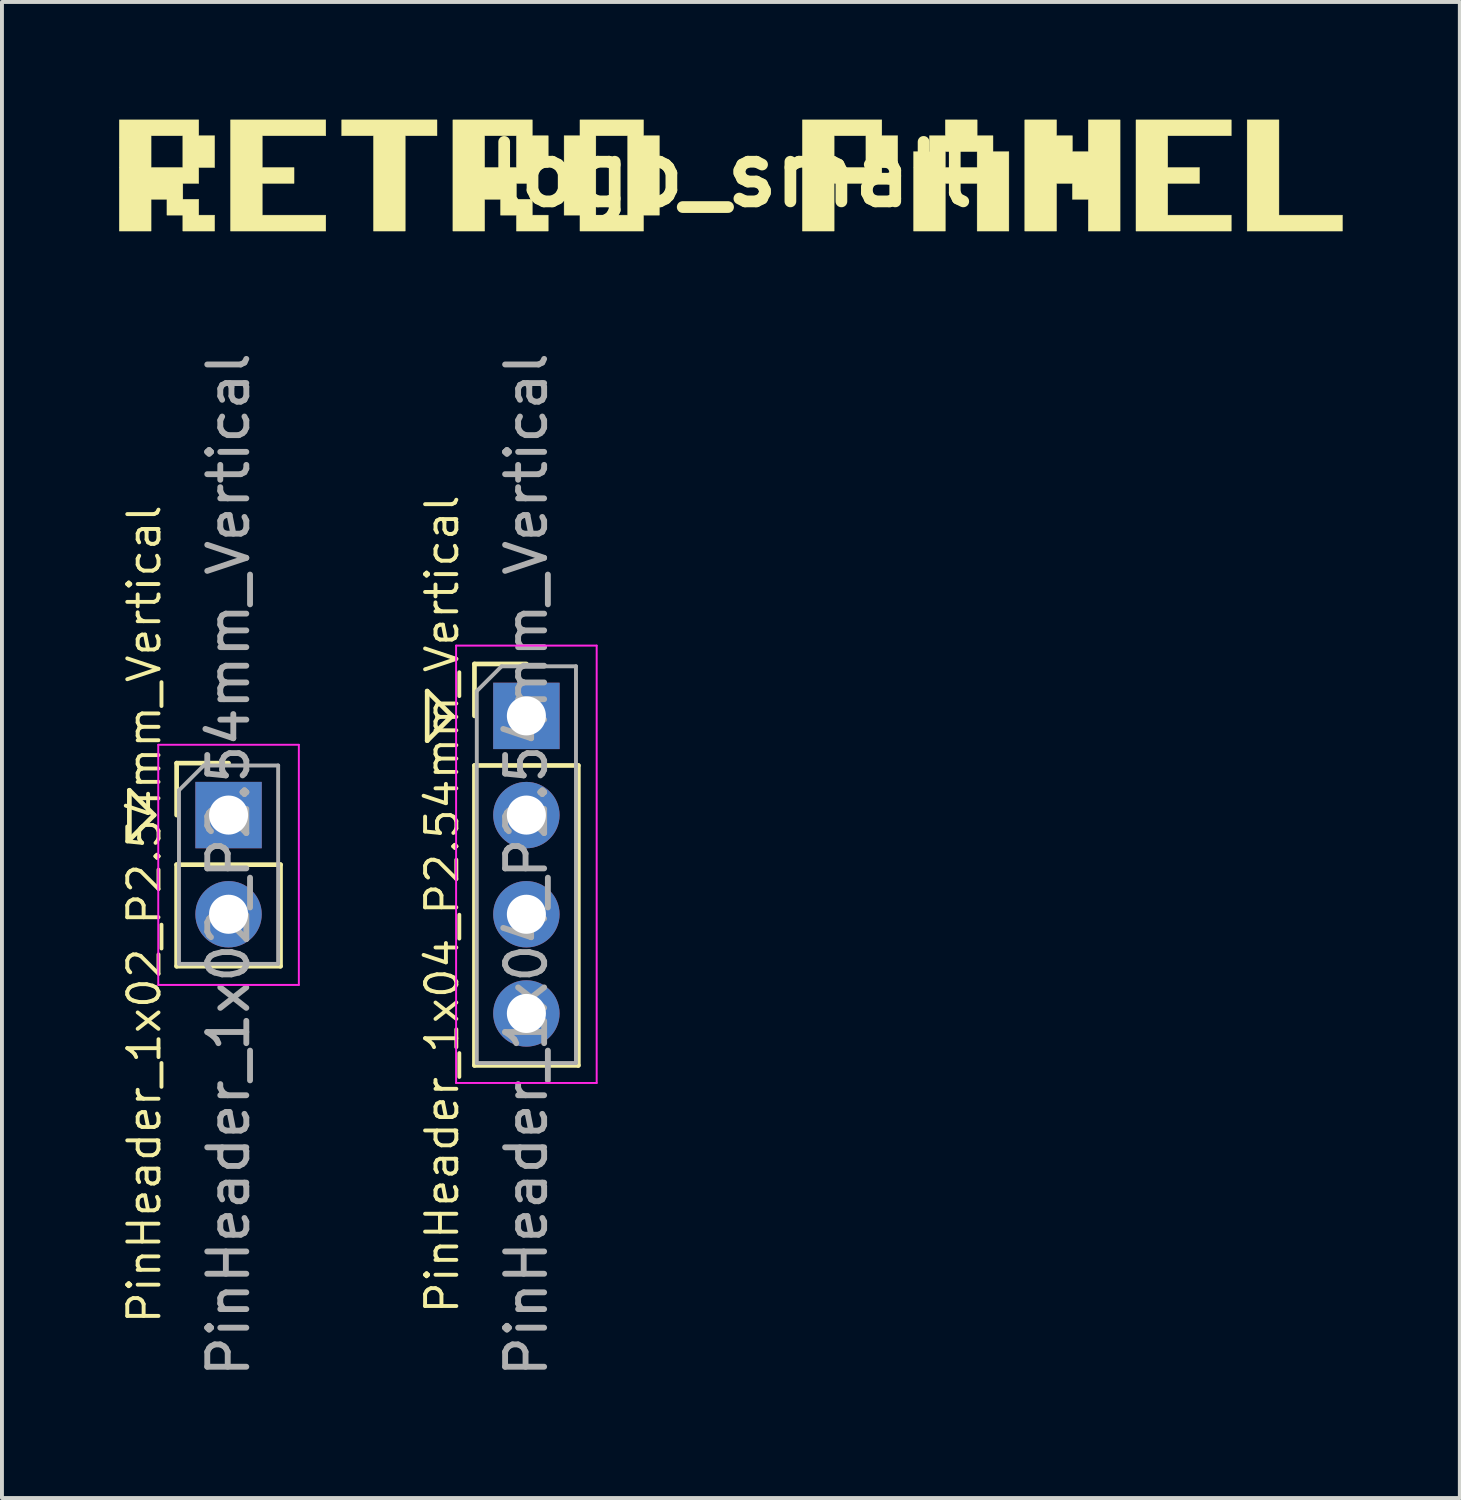
<source format=kicad_pcb>
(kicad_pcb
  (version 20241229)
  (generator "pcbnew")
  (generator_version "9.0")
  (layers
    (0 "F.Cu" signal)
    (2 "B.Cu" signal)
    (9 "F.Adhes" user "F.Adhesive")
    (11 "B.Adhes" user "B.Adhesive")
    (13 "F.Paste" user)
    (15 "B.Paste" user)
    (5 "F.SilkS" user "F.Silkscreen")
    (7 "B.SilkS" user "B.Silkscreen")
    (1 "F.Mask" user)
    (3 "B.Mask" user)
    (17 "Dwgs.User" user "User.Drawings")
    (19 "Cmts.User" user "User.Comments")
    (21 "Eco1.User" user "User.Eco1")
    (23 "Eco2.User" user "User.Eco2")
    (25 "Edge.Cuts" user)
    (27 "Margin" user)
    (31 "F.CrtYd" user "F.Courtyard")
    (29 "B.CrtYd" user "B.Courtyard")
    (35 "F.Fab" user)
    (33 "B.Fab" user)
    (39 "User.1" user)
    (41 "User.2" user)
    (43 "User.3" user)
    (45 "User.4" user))
  (footprint "PinHeader_1x04_P2.54mm_Vertical"
    (layer "F.Cu")
    (at 10.43 15.283)
    (property "Reference" "PinHeader_1x04_P2.54mm_Vertical" (at -2.159 4.826 90) (layer "F.SilkS") (effects (font (size 0.8 0.8) (thickness 0.1))))
    (attr through_hole)
    (fp_line (start -2.54 -0.635) (end -2.54 0.635) (stroke (width 0.12) (type solid)) (layer "F.SilkS"))
    (fp_line (start -2.54 0.635) (end -1.905 0) (stroke (width 0.12) (type solid)) (layer "F.SilkS"))
    (fp_line (start -1.905 0) (end -2.54 -0.635) (stroke (width 0.12) (type solid)) (layer "F.SilkS"))
    (fp_line (start -1.33 -1.33) (end 0 -1.33) (stroke (width 0.12) (type solid)) (layer "F.SilkS"))
    (fp_line (start -1.33 0) (end -1.33 -1.33) (stroke (width 0.12) (type solid)) (layer "F.SilkS"))
    (fp_line (start -1.33 1.27) (end -1.33 8.95) (stroke (width 0.12) (type solid)) (layer "F.SilkS"))
    (fp_line (start -1.33 1.27) (end 1.33 1.27) (stroke (width 0.12) (type solid)) (layer "F.SilkS"))
    (fp_line (start -1.33 8.95) (end 1.33 8.95) (stroke (width 0.12) (type solid)) (layer "F.SilkS"))
    (fp_line (start 1.33 1.27) (end 1.33 8.95) (stroke (width 0.12) (type solid)) (layer "F.SilkS"))
    (fp_line (start -1.8 -1.8) (end -1.8 9.4) (stroke (width 0.05) (type solid)) (layer "F.CrtYd"))
    (fp_line (start -1.8 9.4) (end 1.8 9.4) (stroke (width 0.05) (type solid)) (layer "F.CrtYd"))
    (fp_line (start 1.8 -1.8) (end -1.8 -1.8) (stroke (width 0.05) (type solid)) (layer "F.CrtYd"))
    (fp_line (start 1.8 9.4) (end 1.8 -1.8) (stroke (width 0.05) (type solid)) (layer "F.CrtYd"))
    (fp_line (start -1.27 -0.635) (end -0.635 -1.27) (stroke (width 0.1) (type solid)) (layer "F.Fab"))
    (fp_line (start -1.27 8.89) (end -1.27 -0.635) (stroke (width 0.1) (type solid)) (layer "F.Fab"))
    (fp_line (start -0.635 -1.27) (end 1.27 -1.27) (stroke (width 0.1) (type solid)) (layer "F.Fab"))
    (fp_line (start 1.27 -1.27) (end 1.27 8.89) (stroke (width 0.1) (type solid)) (layer "F.Fab"))
    (fp_line (start 1.27 8.89) (end -1.27 8.89) (stroke (width 0.1) (type solid)) (layer "F.Fab"))
    (fp_text user "${REFERENCE}" (at 0 3.81 90) (layer "F.Fab") (effects (font (size 1 1) (thickness 0.15))))
    (pad "1" thru_hole rect (at 0 0) (size 1.7 1.7) (drill 1) (layers "*.Cu" "*.Mask"))
    (pad "2" thru_hole oval (at 0 2.54) (size 1.7 1.7) (drill 1) (layers "*.Cu" "*.Mask"))
    (pad "3" thru_hole oval (at 0 5.08) (size 1.7 1.7) (drill 1) (layers "*.Cu" "*.Mask"))
    (pad "4" thru_hole oval (at 0 7.62) (size 1.7 1.7) (drill 1) (layers "*.Cu" "*.Mask")))
  (footprint "PinHeader_1x02_P2.54mm_Vertical"
    (layer "F.Cu")
    (at 2.803 17.823)
    (property "Reference" "PinHeader_1x02_P2.54mm_Vertical" (at -2.159 2.54 90) (layer "F.SilkS") (effects (font (size 0.8 0.8) (thickness 0.1))))
    (attr through_hole)
    (fp_line (start -2.54 -0.635) (end -2.54 0.635) (stroke (width 0.12) (type solid)) (layer "F.SilkS"))
    (fp_line (start -2.54 0.635) (end -1.905 0) (stroke (width 0.12) (type solid)) (layer "F.SilkS"))
    (fp_line (start -1.905 0) (end -2.54 -0.635) (stroke (width 0.12) (type solid)) (layer "F.SilkS"))
    (fp_line (start -1.33 -1.33) (end 0 -1.33) (stroke (width 0.12) (type solid)) (layer "F.SilkS"))
    (fp_line (start -1.33 0) (end -1.33 -1.33) (stroke (width 0.12) (type solid)) (layer "F.SilkS"))
    (fp_line (start -1.33 1.27) (end -1.33 3.87) (stroke (width 0.12) (type solid)) (layer "F.SilkS"))
    (fp_line (start -1.33 1.27) (end 1.33 1.27) (stroke (width 0.12) (type solid)) (layer "F.SilkS"))
    (fp_line (start -1.33 3.87) (end 1.33 3.87) (stroke (width 0.12) (type solid)) (layer "F.SilkS"))
    (fp_line (start 1.33 1.27) (end 1.33 3.87) (stroke (width 0.12) (type solid)) (layer "F.SilkS"))
    (fp_line (start -1.8 -1.8) (end -1.8 4.35) (stroke (width 0.05) (type solid)) (layer "F.CrtYd"))
    (fp_line (start -1.8 4.35) (end 1.8 4.35) (stroke (width 0.05) (type solid)) (layer "F.CrtYd"))
    (fp_line (start 1.8 -1.8) (end -1.8 -1.8) (stroke (width 0.05) (type solid)) (layer "F.CrtYd"))
    (fp_line (start 1.8 4.35) (end 1.8 -1.8) (stroke (width 0.05) (type solid)) (layer "F.CrtYd"))
    (fp_line (start -1.27 -0.635) (end -0.635 -1.27) (stroke (width 0.1) (type solid)) (layer "F.Fab"))
    (fp_line (start -1.27 3.81) (end -1.27 -0.635) (stroke (width 0.1) (type solid)) (layer "F.Fab"))
    (fp_line (start -0.635 -1.27) (end 1.27 -1.27) (stroke (width 0.1) (type solid)) (layer "F.Fab"))
    (fp_line (start 1.27 -1.27) (end 1.27 3.81) (stroke (width 0.1) (type solid)) (layer "F.Fab"))
    (fp_line (start 1.27 3.81) (end -1.27 3.81) (stroke (width 0.1) (type solid)) (layer "F.Fab"))
    (fp_text user "${REFERENCE}" (at 0 1.27 90) (layer "F.Fab") (effects (font (size 1 1) (thickness 0.15))))
    (pad "1" thru_hole rect (at 0 0) (size 1.7 1.7) (drill 1) (layers "*.Cu" "*.Mask"))
    (pad "2" thru_hole oval (at 0 2.54) (size 1.7 1.7) (drill 1) (layers "*.Cu" "*.Mask")))
  (footprint "logo_small"
    (layer "F.Cu")
    (at 15.667 1.418)
    (property "Reference" "logo_small" (at 0 0 0) (layer "F.SilkS") (effects (font (size 1.524 1.524) (thickness 0.3))))
    (attr through_hole)
    (fp_poly (pts (xy 14.035 1.042) (xy 15.662 1.042) (xy 15.662 1.449) (xy 13.221 1.449) (xy 13.221 -1.398) (xy 14.035 -1.398) (xy 14.035 1.042)) (stroke (width 0.01) (type solid)) (fill yes) (layer "F.SilkS"))
    (fp_poly (pts (xy -7.526 -0.992) (xy -8.34 -0.992) (xy -8.34 1.449) (xy -9.153 1.449) (xy -9.153 -0.992) (xy -9.967 -0.992) (xy -9.967 -1.398) (xy -7.526 -1.398) (xy -7.526 -0.992)) (stroke (width 0.01) (type solid)) (fill yes) (layer "F.SilkS"))
    (fp_poly (pts (xy -10.374 -0.992) (xy -12.001 -0.992) (xy -12.001 -0.178) (xy -11.187 -0.178) (xy -11.187 0.229) (xy -12.001 0.229) (xy -12.001 1.042) (xy -10.374 1.042) (xy -10.374 1.449) (xy -12.814 1.449) (xy -12.814 -1.398) (xy -10.374 -1.398) (xy -10.374 -0.992)) (stroke (width 0.01) (type solid)) (fill yes) (layer "F.SilkS"))
    (fp_poly (pts (xy 12.814 -0.992) (xy 11.187 -0.992) (xy 11.187 -0.178) (xy 12.001 -0.178) (xy 12.001 0.229) (xy 11.187 0.229) (xy 11.187 1.042) (xy 12.814 1.042) (xy 12.814 1.449) (xy 10.374 1.449) (xy 10.374 -1.398) (xy 12.814 -1.398) (xy 12.814 -0.992)) (stroke (width 0.01) (type solid)) (fill yes) (layer "F.SilkS"))
    (fp_poly (pts (xy 8.34 -0.992) (xy 8.746 -0.992) (xy 8.746 -0.585) (xy 9.153 -0.585) (xy 9.153 -1.398) (xy 9.967 -1.398) (xy 9.967 1.449) (xy 9.153 1.449) (xy 9.153 0.636) (xy 8.746 0.636) (xy 8.746 0.229) (xy 8.34 0.229) (xy 8.34 1.449) (xy 7.526 1.449) (xy 7.526 -1.398) (xy 8.34 -1.398) (xy 8.34 -0.992)) (stroke (width 0.01) (type solid)) (fill yes) (layer "F.SilkS"))
    (fp_poly (pts (xy 3.865 -0.992) (xy 4.271 -0.992) (xy 4.271 -0.178) (xy 3.865 -0.178) (xy 3.865 0.229) (xy 2.644 0.229) (xy 2.644 1.449) (xy 1.831 1.449) (xy 1.831 -0.992) (xy 2.644 -0.992) (xy 2.644 -0.178) (xy 3.458 -0.178) (xy 3.458 -0.992) (xy 2.644 -0.992) (xy 1.831 -0.992) (xy 1.831 -1.398) (xy 3.865 -1.398) (xy 3.865 -0.992)) (stroke (width 0.01) (type solid)) (fill yes) (layer "F.SilkS"))
    (fp_poly (pts (xy -2.237 -0.992) (xy -1.831 -0.992) (xy -1.831 1.042) (xy -2.237 1.042) (xy -2.237 1.449) (xy -3.865 1.449) (xy -3.865 1.042) (xy -4.271 1.042) (xy -4.271 -0.992) (xy -3.865 -0.992) (xy -3.458 -0.992) (xy -3.458 1.042) (xy -2.644 1.042) (xy -2.644 -0.992) (xy -3.458 -0.992) (xy -3.865 -0.992) (xy -3.865 -1.398) (xy -2.237 -1.398) (xy -2.237 -0.992)) (stroke (width 0.01) (type solid)) (fill yes) (layer "F.SilkS"))
    (fp_poly (pts (xy 6.306 -0.992) (xy 6.712 -0.992) (xy 6.712 -0.585) (xy 7.119 -0.585) (xy 7.119 1.449) (xy 6.306 1.449) (xy 6.306 0.229) (xy 5.492 0.229) (xy 5.492 1.449) (xy 4.678 1.449) (xy 4.678 -0.585) (xy 5.085 -0.585) (xy 5.492 -0.585) (xy 5.492 -0.178) (xy 6.306 -0.178) (xy 6.306 -0.585) (xy 5.492 -0.585) (xy 5.085 -0.585) (xy 5.085 -0.992) (xy 5.492 -0.992) (xy 5.492 -1.398) (xy 6.306 -1.398) (xy 6.306 -0.992)) (stroke (width 0.01) (type solid)) (fill yes) (layer "F.SilkS"))
    (fp_poly (pts (xy -13.628 -0.992) (xy -13.221 -0.992) (xy -13.221 -0.178) (xy -13.628 -0.178) (xy -13.628 0.229) (xy -14.035 0.229) (xy -14.035 0.636) (xy -13.628 0.636) (xy -13.628 1.042) (xy -13.221 1.042) (xy -13.221 1.449) (xy -14.035 1.449) (xy -14.035 1.042) (xy -14.442 1.042) (xy -14.442 0.636) (xy -14.848 0.636) (xy -14.848 1.449) (xy -15.662 1.449) (xy -15.662 -0.992) (xy -14.848 -0.992) (xy -14.848 -0.178) (xy -14.035 -0.178) (xy -14.035 -0.992) (xy -14.848 -0.992) (xy -15.662 -0.992) (xy -15.662 -1.398) (xy -13.628 -1.398) (xy -13.628 -0.992)) (stroke (width 0.01) (type solid)) (fill yes) (layer "F.SilkS"))
    (fp_poly (pts (xy -5.085 -0.992) (xy -4.678 -0.992) (xy -4.678 -0.178) (xy -5.085 -0.178) (xy -5.085 0.229) (xy -5.492 0.229) (xy -5.492 0.636) (xy -5.085 0.636) (xy -5.085 1.042) (xy -4.678 1.042) (xy -4.678 1.449) (xy -5.492 1.449) (xy -5.492 1.042) (xy -5.899 1.042) (xy -5.899 0.636) (xy -6.306 0.636) (xy -6.306 1.449) (xy -7.119 1.449) (xy -7.119 -0.992) (xy -6.306 -0.992) (xy -6.306 -0.178) (xy -5.492 -0.178) (xy -5.492 -0.992) (xy -6.306 -0.992) (xy -7.119 -0.992) (xy -7.119 -1.398) (xy -5.085 -1.398) (xy -5.085 -0.992)) (stroke (width 0.01) (type solid)) (fill yes) (layer "F.SilkS")))
  (gr_rect
    (start -3 -3)
    (end 34.334 35.313)
    (stroke (width 0.1) (type default))
    (fill no)
    (layer "Edge.Cuts")))
</source>
